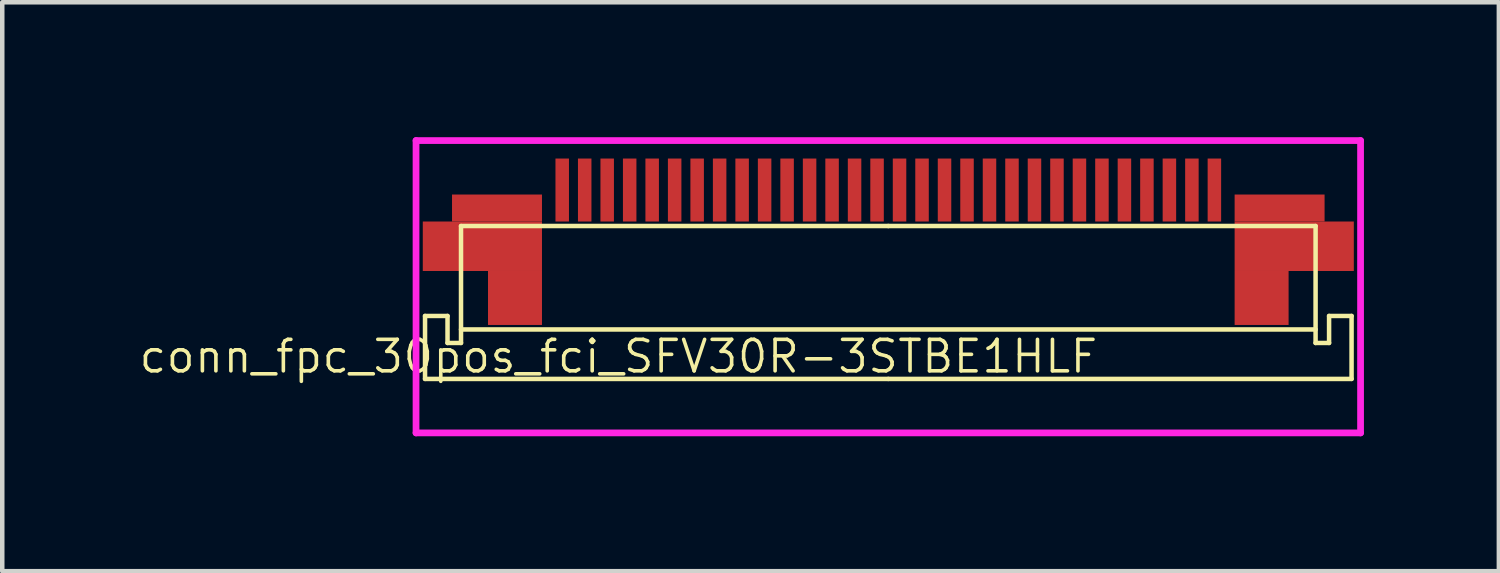
<source format=kicad_pcb>
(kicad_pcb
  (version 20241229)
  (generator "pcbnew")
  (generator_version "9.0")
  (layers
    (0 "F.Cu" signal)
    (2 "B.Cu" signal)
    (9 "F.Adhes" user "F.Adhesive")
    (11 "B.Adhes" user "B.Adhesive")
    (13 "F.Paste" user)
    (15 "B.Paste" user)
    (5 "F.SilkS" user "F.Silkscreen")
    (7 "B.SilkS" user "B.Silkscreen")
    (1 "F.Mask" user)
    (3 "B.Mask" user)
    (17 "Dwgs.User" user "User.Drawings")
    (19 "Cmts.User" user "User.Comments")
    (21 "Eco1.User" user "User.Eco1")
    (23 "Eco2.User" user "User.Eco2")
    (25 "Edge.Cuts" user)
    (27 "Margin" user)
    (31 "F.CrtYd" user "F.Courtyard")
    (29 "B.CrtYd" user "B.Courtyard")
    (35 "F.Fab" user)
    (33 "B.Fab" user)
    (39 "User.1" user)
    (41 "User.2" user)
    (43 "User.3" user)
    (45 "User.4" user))
  (footprint "conn_fpc_30pos_fci_SFV30R-3STBE1HLF"
    (layer "F.Cu")
    (at 16.7 1.575)
    (property "Reference" "conn_fpc_30pos_fci_SFV30R-3STBE1HLF" (at -6 3.3 0) (layer "F.SilkS") (effects (font (size 0.7 0.7) (thickness 0.08))))
    (attr through_hole)
    (fp_line (start -10.3 3.8) (end -10.3 2.4) (stroke (width 0.1) (type solid)) (layer "F.SilkS"))
    (fp_line (start -9.8 2.4) (end -10.3 2.4) (stroke (width 0.1) (type solid)) (layer "F.SilkS"))
    (fp_line (start -9.8 3) (end -9.8 2.4) (stroke (width 0.1) (type solid)) (layer "F.SilkS"))
    (fp_line (start -9.5 0.4) (end -9.5 3) (stroke (width 0.1) (type solid)) (layer "F.SilkS"))
    (fp_line (start -9.5 3) (end -9.8 3) (stroke (width 0.1) (type solid)) (layer "F.SilkS"))
    (fp_line (start 0 0.4) (end -9.5 0.4) (stroke (width 0.1) (type solid)) (layer "F.SilkS"))
    (fp_line (start 0 0.4) (end 9.5 0.4) (stroke (width 0.1) (type solid)) (layer "F.SilkS"))
    (fp_line (start 0 3.8) (end -10.3 3.8) (stroke (width 0.1) (type solid)) (layer "F.SilkS"))
    (fp_line (start 0 3.8) (end 10.3 3.8) (stroke (width 0.1) (type solid)) (layer "F.SilkS"))
    (fp_line (start 9.5 0.4) (end 9.5 3) (stroke (width 0.1) (type solid)) (layer "F.SilkS"))
    (fp_line (start 9.5 2.7) (end -9.5 2.7) (stroke (width 0.1) (type solid)) (layer "F.SilkS"))
    (fp_line (start 9.5 3) (end 9.8 3) (stroke (width 0.1) (type solid)) (layer "F.SilkS"))
    (fp_line (start 9.8 2.4) (end 10.3 2.4) (stroke (width 0.1) (type solid)) (layer "F.SilkS"))
    (fp_line (start 9.8 3) (end 9.8 2.4) (stroke (width 0.1) (type solid)) (layer "F.SilkS"))
    (fp_line (start 10.3 3.8) (end 10.3 2.4) (stroke (width 0.1) (type solid)) (layer "F.SilkS"))
    (fp_line (start -10.5 -1.5) (end 10.5 -1.5) (stroke (width 0.15) (type solid)) (layer "F.CrtYd"))
    (fp_line (start -10.5 5) (end -10.5 -1.5) (stroke (width 0.15) (type solid)) (layer "F.CrtYd"))
    (fp_line (start 10.5 -1.5) (end 10.5 5) (stroke (width 0.15) (type solid)) (layer "F.CrtYd"))
    (fp_line (start 10.5 5) (end -10.5 5) (stroke (width 0.15) (type solid)) (layer "F.CrtYd"))
    (pad "" smd rect (at -9.025 0.85) (size 2.65 1.1) (layers "F.Cu" "F.Mask" "F.Paste"))
    (pad "" smd rect (at -8.7 0) (size 2 0.6) (layers "F.Cu" "F.Paste"))
    (pad "" smd rect (at -8.3 2) (size 1.2 1.2) (layers "F.Cu" "F.Paste"))
    (pad "" smd rect (at 8.3 2) (size 1.2 1.2) (layers "F.Cu" "F.Paste"))
    (pad "" smd rect (at 8.7 0) (size 2 0.6) (layers "F.Cu" "F.Mask" "F.Paste"))
    (pad "" smd rect (at 9.025 0.85) (size 2.65 1.1) (layers "F.Cu" "F.Mask" "F.Paste"))
    (pad "1" smd rect (at -7.25 -0.4) (size 0.3 1.4) (layers "F.Cu" "F.Mask" "F.Paste"))
    (pad "2" smd rect (at -6.75 -0.4) (size 0.3 1.4) (layers "F.Cu" "F.Mask" "F.Paste"))
    (pad "3" smd rect (at -6.25 -0.4) (size 0.3 1.4) (layers "F.Cu" "F.Mask" "F.Paste"))
    (pad "4" smd rect (at -5.75 -0.4) (size 0.3 1.4) (layers "F.Cu" "F.Mask" "F.Paste"))
    (pad "5" smd rect (at -5.25 -0.4) (size 0.3 1.4) (layers "F.Cu" "F.Mask" "F.Paste"))
    (pad "6" smd rect (at -4.75 -0.4) (size 0.3 1.4) (layers "F.Cu" "F.Mask" "F.Paste"))
    (pad "7" smd rect (at -4.25 -0.4) (size 0.3 1.4) (layers "F.Cu" "F.Mask" "F.Paste"))
    (pad "8" smd rect (at -3.75 -0.4) (size 0.3 1.4) (layers "F.Cu" "F.Mask" "F.Paste"))
    (pad "9" smd rect (at -3.25 -0.4) (size 0.3 1.4) (layers "F.Cu" "F.Mask" "F.Paste"))
    (pad "10" smd rect (at -2.75 -0.4) (size 0.3 1.4) (layers "F.Cu" "F.Mask" "F.Paste"))
    (pad "11" smd rect (at -2.25 -0.4) (size 0.3 1.4) (layers "F.Cu" "F.Mask" "F.Paste"))
    (pad "12" smd rect (at -1.75 -0.4) (size 0.3 1.4) (layers "F.Cu" "F.Mask" "F.Paste"))
    (pad "13" smd rect (at -1.25 -0.4) (size 0.3 1.4) (layers "F.Cu" "F.Mask" "F.Paste"))
    (pad "14" smd rect (at -0.75 -0.4) (size 0.3 1.4) (layers "F.Cu" "F.Mask" "F.Paste"))
    (pad "15" smd rect (at -0.25 -0.4) (size 0.3 1.4) (layers "F.Cu" "F.Mask" "F.Paste"))
    (pad "16" smd rect (at 0.25 -0.4) (size 0.3 1.4) (layers "F.Cu" "F.Mask" "F.Paste"))
    (pad "17" smd rect (at 0.75 -0.4) (size 0.3 1.4) (layers "F.Cu" "F.Mask" "F.Paste"))
    (pad "18" smd rect (at 1.25 -0.4) (size 0.3 1.4) (layers "F.Cu" "F.Mask" "F.Paste"))
    (pad "19" smd rect (at 1.75 -0.4) (size 0.3 1.4) (layers "F.Cu" "F.Mask" "F.Paste"))
    (pad "20" smd rect (at 2.25 -0.4) (size 0.3 1.4) (layers "F.Cu" "F.Mask" "F.Paste"))
    (pad "21" smd rect (at 2.75 -0.4) (size 0.3 1.4) (layers "F.Cu" "F.Mask" "F.Paste"))
    (pad "22" smd rect (at 3.25 -0.4) (size 0.3 1.4) (layers "F.Cu" "F.Mask" "F.Paste"))
    (pad "23" smd rect (at 3.75 -0.4) (size 0.3 1.4) (layers "F.Cu" "F.Mask" "F.Paste"))
    (pad "24" smd rect (at 4.25 -0.4) (size 0.3 1.4) (layers "F.Cu" "F.Mask" "F.Paste"))
    (pad "25" smd rect (at 4.75 -0.4) (size 0.3 1.4) (layers "F.Cu" "F.Mask" "F.Paste"))
    (pad "26" smd rect (at 5.25 -0.4) (size 0.3 1.4) (layers "F.Cu" "F.Mask" "F.Paste"))
    (pad "27" smd rect (at 5.75 -0.4) (size 0.3 1.4) (layers "F.Cu" "F.Mask" "F.Paste"))
    (pad "28" smd rect (at 6.25 -0.4) (size 0.3 1.4) (layers "F.Cu" "F.Mask" "F.Paste"))
    (pad "29" smd rect (at 6.75 -0.4) (size 0.3 1.4) (layers "F.Cu" "F.Mask" "F.Paste"))
    (pad "30" smd rect (at 7.25 -0.4) (size 0.3 1.4) (layers "F.Cu" "F.Mask" "F.Paste")))
  (gr_rect
    (start -3 -3)
    (end 30.275 9.65)
    (stroke (width 0.1) (type default))
    (fill no)
    (layer "Edge.Cuts")))
</source>
